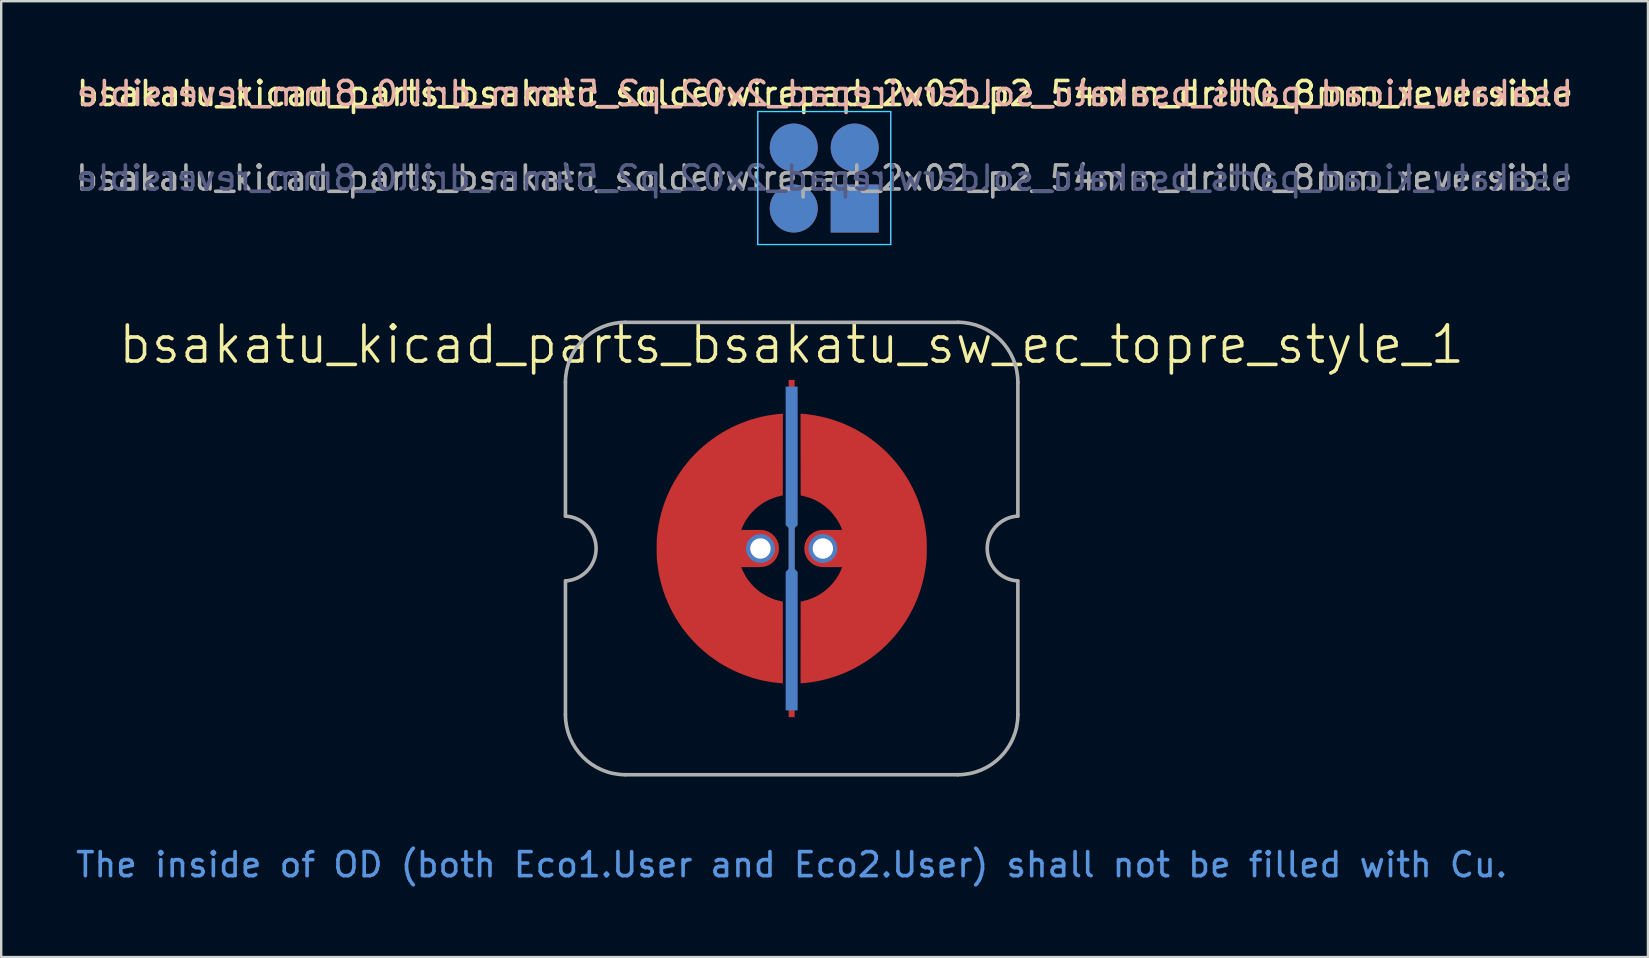
<source format=kicad_pcb>
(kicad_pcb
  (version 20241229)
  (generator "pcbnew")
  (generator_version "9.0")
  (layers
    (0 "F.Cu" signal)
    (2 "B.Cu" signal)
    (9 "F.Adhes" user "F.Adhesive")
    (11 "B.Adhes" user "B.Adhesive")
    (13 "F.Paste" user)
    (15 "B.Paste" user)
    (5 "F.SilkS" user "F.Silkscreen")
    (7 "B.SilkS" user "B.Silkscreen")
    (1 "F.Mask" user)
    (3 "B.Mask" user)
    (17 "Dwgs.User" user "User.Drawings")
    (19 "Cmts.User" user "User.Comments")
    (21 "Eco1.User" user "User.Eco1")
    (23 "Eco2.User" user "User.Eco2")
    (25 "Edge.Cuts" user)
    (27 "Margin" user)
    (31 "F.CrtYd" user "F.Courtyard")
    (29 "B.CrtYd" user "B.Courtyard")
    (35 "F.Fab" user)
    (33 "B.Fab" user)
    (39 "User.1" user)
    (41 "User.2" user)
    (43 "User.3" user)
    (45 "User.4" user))
  (footprint "bsakatu_kicad_parts_bsakatu_solderwirepad_2x02_p2_54mm_drill0_8mm_reversible"
    (layer "F.Cu")
    (at 30.022 3.098)
    (property "Reference" "bsakatu_kicad_parts_bsakatu_solderwirepad_2x02_p2_54mm_drill0_8mm_reversible" (at 1.3 -2.25 0) (layer "F.SilkS") (effects (font (size 1 1) (thickness 0.15))))
    (attr exclude_from_pos_files exclude_from_bom)
    (fp_line (start -1.5 -1.5) (end -1.5 4.04) (stroke (width 0.05) (type solid)) (layer "B.CrtYd"))
    (fp_line (start -1.5 -1.5) (end 4.04 -1.5) (stroke (width 0.05) (type solid)) (layer "B.CrtYd"))
    (fp_line (start 4.04 4.04) (end -1.5 4.04) (stroke (width 0.05) (type solid)) (layer "B.CrtYd"))
    (fp_line (start 4.04 4.04) (end 4.04 -1.5) (stroke (width 0.05) (type solid)) (layer "B.CrtYd"))
    (fp_line (start -1.5 -1.5) (end -1.5 4.04) (stroke (width 0.05) (type solid)) (layer "F.CrtYd"))
    (fp_line (start -1.5 -1.5) (end 4.04 -1.5) (stroke (width 0.05) (type solid)) (layer "F.CrtYd"))
    (fp_line (start 4.04 4.04) (end -1.5 4.04) (stroke (width 0.05) (type solid)) (layer "F.CrtYd"))
    (fp_line (start 4.04 4.04) (end 4.04 -1.5) (stroke (width 0.05) (type solid)) (layer "F.CrtYd"))
    (fp_text user "${REFERENCE}" (at 1.3 -2.25 0) (layer "B.SilkS") (effects (font (size 1 1) (thickness 0.15)) (justify mirror)))
    (fp_text user "${REFERENCE}" (at 1.27 1.27 0) (layer "B.Fab") (effects (font (size 1 1) (thickness 0.15)) (justify mirror)))
    (fp_text user "${REFERENCE}" (at 1.27 1.27 0) (layer "F.Fab") (effects (font (size 1 1) (thickness 0.15))))
    (pad "1" smd rect (at 2.54 2.54) (size 1.999 1.999) (layers "F.Cu" "F.Mask" "F.Paste"))
    (pad "1" smd rect (at 2.54 2.54 270) (size 1.999 1.999) (layers "B.Cu" "B.Mask" "B.Paste"))
    (pad "2" smd circle (at 0 0) (size 1.999 1.999) (layers "F.Cu" "F.Mask" "F.Paste"))
    (pad "2" smd circle (at 0 2.54 270) (size 1.999 1.999) (layers "B.Cu" "B.Mask" "B.Paste"))
    (pad "3" smd circle (at 0 0 270) (size 1.999 1.999) (layers "B.Cu" "B.Mask" "B.Paste"))
    (pad "3" smd circle (at 0 2.54) (size 1.999 1.999) (layers "F.Cu" "F.Mask" "F.Paste"))
    (pad "4" smd circle (at 2.54 0) (size 1.999 1.999) (layers "F.Cu" "F.Mask" "F.Paste"))
    (pad "4" smd circle (at 2.54 0 270) (size 1.999 1.999) (layers "B.Cu" "B.Mask" "B.Paste")))
  (footprint "bsakatu_kicad_parts_bsakatu_sw_ec_topre_style_1"
    (layer "F.Cu")
    (at 29.935 19.804)
    (property "Reference" "bsakatu_kicad_parts_bsakatu_sw_ec_topre_style_1" (at 0 -8.5 0) (layer "F.SilkS") (effects (font (size 1.5 1.5) (thickness 0.15))))
    (attr through_hole)
    (fp_circle (center 0 0) (end 7.725 0) (stroke (width 1.4) (type solid)) (fill no) (layer "Eco1.User"))
    (fp_circle (center 0 0) (end 6.5 0) (stroke (width 0.5) (type solid)) (fill no) (layer "Eco2.User"))
    (fp_line (start -9.425 -6.925) (end -9.425 -1.35) (stroke (width 0.15) (type solid)) (layer "F.Fab"))
    (fp_line (start -9.425 1.35) (end -9.425 6.925) (stroke (width 0.15) (type solid)) (layer "F.Fab"))
    (fp_line (start -6.925 -9.425) (end 6.925 -9.425) (stroke (width 0.15) (type solid)) (layer "F.Fab"))
    (fp_line (start -6.925 9.425) (end 6.925 9.425) (stroke (width 0.15) (type solid)) (layer "F.Fab"))
    (fp_line (start 9.425 -6.925) (end 9.425 -1.35) (stroke (width 0.15) (type solid)) (layer "F.Fab"))
    (fp_line (start 9.425 1.35) (end 9.425 6.925) (stroke (width 0.15) (type solid)) (layer "F.Fab"))
    (fp_arc (start -9.425 -6.925) (mid -8.692767 -8.692767) (end -6.925 -9.425) (stroke (width 0.15) (type solid)) (layer "F.Fab"))
    (fp_arc (start -9.42 -1.35) (mid -8.147634 -0.002565) (end -9.41488 1.349687) (stroke (width 0.15) (type solid)) (layer "F.Fab"))
    (fp_arc (start -6.925 9.425) (mid -8.692767 8.692767) (end -9.425 6.925) (stroke (width 0.15) (type solid)) (layer "F.Fab"))
    (fp_arc (start 6.925 -9.425) (mid 8.692767 -8.692767) (end 9.425 -6.925) (stroke (width 0.15) (type solid)) (layer "F.Fab"))
    (fp_arc (start 9.41488 1.349687) (mid 8.147634 -0.002565) (end 9.42 -1.35) (stroke (width 0.15) (type solid)) (layer "F.Fab"))
    (fp_arc (start 9.425 6.925) (mid 8.692767 8.692767) (end 6.925 9.425) (stroke (width 0.15) (type solid)) (layer "F.Fab"))
    (fp_text user "The inside of OD (both Eco1.User and Eco2.User) shall not be filled with Cu." (at 0 13.175 0) (layer "Cmts.User") (effects (font (size 1 1) (thickness 0.15))))
    (pad "1" smd custom (at -2.075 0) (size 1.55 1.55) (layers "F.Cu") (options (anchor rect)) (primitives (gr_circle (center 0.775 0) (end 1.55 0) (width 0) (fill yes)) (gr_poly (pts (xy 1.703 -3.913) (xy 1.702 -2.215) (xy 1.62 -2.198) (xy 1.471 -2.161) (xy 1.325 -2.115) (xy 1.183 -2.058) (xy 1.046 -1.993) (xy 0.914 -1.919) (xy 0.788 -1.836) (xy 0.667 -1.745) (xy 0.553 -1.647) (xy 0.445 -1.541) (xy 0.345 -1.428) (xy 0.253 -1.309) (xy 0.168 -1.183) (xy 0.093 -1.051) (xy 0.026 -0.914) (xy 0.014 -0.885) (xy -0.043 -0.737) (xy -0.09 -0.587) (xy -0.125 -0.436) (xy -0.151 -0.284) (xy -0.165 -0.131) (xy -0.169 0.022) (xy -0.162 0.175) (xy -0.145 0.328) (xy -0.117 0.479) (xy -0.078 0.629) (xy -0.029 0.778) (xy 0.016 0.891) (xy 0.082 1.028) (xy 0.156 1.161) (xy 0.24 1.289) (xy 0.333 1.412) (xy 0.433 1.528) (xy 0.541 1.636) (xy 0.656 1.737) (xy 0.778 1.83) (xy 0.792 1.84) (xy 0.924 1.926) (xy 1.061 2.001) (xy 1.201 2.067) (xy 1.346 2.123) (xy 1.495 2.168) (xy 1.62 2.198) (xy 1.702 2.215) (xy 1.703 3.913) (xy 1.705 5.612) (xy 1.673 5.611) (xy 1.657 5.61) (xy 1.633 5.609) (xy 1.603 5.606) (xy 1.57 5.603) (xy 1.541 5.601) (xy 1.33 5.576) (xy 1.116 5.543) (xy 0.901 5.502) (xy 0.689 5.452) (xy 0.482 5.396) (xy 0.376 5.363) (xy 0.142 5.283) (xy -0.086 5.194) (xy -0.31 5.095) (xy -0.527 4.988) (xy -0.739 4.871) (xy -0.945 4.747) (xy -1.144 4.614) (xy -1.338 4.473) (xy -1.524 4.324) (xy -1.704 4.168) (xy -1.877 4.005) (xy -2.042 3.834) (xy -2.2 3.657) (xy -2.351 3.474) (xy -2.493 3.284) (xy -2.628 3.088) (xy -2.754 2.887) (xy -2.872 2.679) (xy -2.981 2.467) (xy -3.082 2.25) (xy -3.173 2.028) (xy -3.255 1.801) (xy -3.327 1.57) (xy -3.39 1.335) (xy -3.443 1.097) (xy -3.485 0.855) (xy -3.504 0.725) (xy -3.512 0.661) (xy -3.519 0.604) (xy -3.525 0.551) (xy -3.53 0.501) (xy -3.534 0.453) (xy -3.537 0.405) (xy -3.54 0.355) (xy -3.542 0.303) (xy -3.543 0.247) (xy -3.544 0.184) (xy -3.544 0.115) (xy -3.545 0.037) (xy -3.545 -0.003) (xy -3.545 -0.084) (xy -3.544 -0.156) (xy -3.543 -0.22) (xy -3.542 -0.277) (xy -3.541 -0.33) (xy -3.539 -0.379) (xy -3.536 -0.426) (xy -3.532 -0.472) (xy -3.528 -0.519) (xy -3.523 -0.569) (xy -3.517 -0.622) (xy -3.509 -0.681) (xy -3.504 -0.725) (xy -3.467 -0.968) (xy -3.419 -1.208) (xy -3.362 -1.445) (xy -3.295 -1.678) (xy -3.218 -1.907) (xy -3.131 -2.132) (xy -3.035 -2.353) (xy -2.93 -2.568) (xy -2.817 -2.779) (xy -2.694 -2.984) (xy -2.563 -3.184) (xy -2.424 -3.378) (xy -2.277 -3.565) (xy -2.122 -3.747) (xy -1.959 -3.921) (xy -1.789 -4.089) (xy -1.611 -4.25) (xy -1.427 -4.403) (xy -1.235 -4.549) (xy -1.037 -4.687) (xy -0.832 -4.816) (xy -0.622 -4.938) (xy -0.405 -5.05) (xy -0.182 -5.153) (xy -0.088 -5.193) (xy 0.137 -5.281) (xy 0.367 -5.36) (xy 0.6 -5.429) (xy 0.835 -5.487) (xy 1.072 -5.536) (xy 1.31 -5.573) (xy 1.35 -5.579) (xy 1.395 -5.584) (xy 1.442 -5.59) (xy 1.49 -5.595) (xy 1.536 -5.6) (xy 1.579 -5.604) (xy 1.618 -5.607) (xy 1.651 -5.61) (xy 1.675 -5.611) (xy 1.686 -5.612) (xy 1.705 -5.612) (xy 1.703 -3.913)) (width 0.01) (fill yes))))
    (pad "1" thru_hole circle (at -1.3 0) (size 1.2 1.2) (drill 0.85) (layers "*.Cu" "*.Mask"))
    (pad "2" thru_hole circle (at 1.3 0) (size 1.2 1.2) (drill 0.85) (layers "*.Cu" "*.Mask"))
    (pad "2" smd custom (at 2.075 0) (size 1.55 1.55) (layers "F.Cu") (options (anchor rect)) (primitives (gr_circle (center -0.775 0) (end 0 0) (width 0) (fill yes)) (gr_poly (pts (xy -1.654 -5.611) (xy -1.618 -5.608) (xy -1.574 -5.605) (xy -1.524 -5.6) (xy -1.469 -5.594) (xy -1.411 -5.587) (xy -1.351 -5.579) (xy -1.29 -5.571) (xy -1.231 -5.562) (xy -1.174 -5.554) (xy -1.121 -5.545) (xy -1.094 -5.541) (xy -0.853 -5.492) (xy -0.615 -5.434) (xy -0.382 -5.367) (xy -0.153 -5.289) (xy 0.071 -5.203) (xy 0.29 -5.107) (xy 0.504 -5.002) (xy 0.713 -4.889) (xy 0.916 -4.768) (xy 1.114 -4.638) (xy 1.305 -4.501) (xy 1.491 -4.356) (xy 1.67 -4.203) (xy 1.842 -4.043) (xy 2.007 -3.877) (xy 2.166 -3.703) (xy 2.317 -3.523) (xy 2.46 -3.337) (xy 2.596 -3.145) (xy 2.723 -2.947) (xy 2.843 -2.743) (xy 2.954 -2.534) (xy 3.056 -2.32) (xy 3.15 -2.101) (xy 3.234 -1.877) (xy 3.309 -1.649) (xy 3.375 -1.417) (xy 3.431 -1.18) (xy 3.477 -0.94) (xy 3.509 -0.725) (xy 3.517 -0.662) (xy 3.524 -0.605) (xy 3.53 -0.553) (xy 3.535 -0.505) (xy 3.539 -0.458) (xy 3.542 -0.413) (xy 3.545 -0.366) (xy 3.547 -0.316) (xy 3.548 -0.263) (xy 3.549 -0.204) (xy 3.55 -0.139) (xy 3.55 -0.065) (xy 3.55 0) (xy 3.55 0.081) (xy 3.55 0.153) (xy 3.549 0.217) (xy 3.548 0.274) (xy 3.546 0.327) (xy 3.544 0.376) (xy 3.542 0.422) (xy 3.538 0.468) (xy 3.534 0.515) (xy 3.529 0.564) (xy 3.523 0.616) (xy 3.516 0.674) (xy 3.509 0.725) (xy 3.472 0.968) (xy 3.425 1.207) (xy 3.368 1.443) (xy 3.302 1.674) (xy 3.226 1.902) (xy 3.14 2.124) (xy 3.046 2.343) (xy 2.943 2.556) (xy 2.831 2.764) (xy 2.711 2.967) (xy 2.583 3.164) (xy 2.447 3.355) (xy 2.303 3.54) (xy 2.152 3.719) (xy 1.993 3.891) (xy 1.828 4.057) (xy 1.656 4.216) (xy 1.477 4.367) (xy 1.292 4.511) (xy 1.101 4.647) (xy 0.903 4.776) (xy 0.701 4.896) (xy 0.493 5.008) (xy 0.279 5.112) (xy 0.061 5.207) (xy -0.162 5.292) (xy -0.39 5.369) (xy -0.621 5.436) (xy -0.857 5.493) (xy -1.097 5.541) (xy -1.31 5.574) (xy -1.348 5.579) (xy -1.391 5.584) (xy -1.437 5.59) (xy -1.483 5.595) (xy -1.529 5.599) (xy -1.571 5.604) (xy -1.61 5.607) (xy -1.642 5.61) (xy -1.667 5.611) (xy -1.679 5.612) (xy -1.699 5.612) (xy -1.698 3.913) (xy -1.696 2.215) (xy -1.615 2.198) (xy -1.463 2.161) (xy -1.316 2.114) (xy -1.172 2.057) (xy -1.034 1.99) (xy -0.9 1.914) (xy -0.772 1.83) (xy -0.65 1.736) (xy -0.534 1.634) (xy -0.425 1.524) (xy -0.323 1.406) (xy -0.246 1.306) (xy -0.162 1.18) (xy -0.086 1.047) (xy -0.02 0.91) (xy 0.037 0.768) (xy 0.085 0.623) (xy 0.123 0.474) (xy 0.151 0.324) (xy 0.168 0.173) (xy 0.175 0.021) (xy 0.175 0) (xy 0.17 -0.154) (xy 0.154 -0.307) (xy 0.127 -0.458) (xy 0.091 -0.606) (xy 0.044 -0.752) (xy -0.013 -0.894) (xy -0.079 -1.032) (xy -0.154 -1.165) (xy -0.239 -1.294) (xy -0.332 -1.417) (xy -0.434 -1.534) (xy -0.489 -1.591) (xy -0.604 -1.697) (xy -0.725 -1.795) (xy -0.852 -1.884) (xy -0.984 -1.964) (xy -1.122 -2.034) (xy -1.264 -2.095) (xy -1.411 -2.145) (xy -1.562 -2.186) (xy -1.615 -2.198) (xy -1.696 -2.215) (xy -1.698 -3.913) (xy -1.699 -5.612) (xy -1.68 -5.612) (xy -1.654 -5.611)) (width 0.01) (fill yes))))
    (pad "3" smd custom (at 0 0) (size 0.25 13) (layers "B.Cu") (options (anchor rect)) (primitives (gr_poly (pts (xy -0.125 0.85) (xy -0.25 0.975) (xy -0.25 6.745) (xy 0.25 6.745) (xy 0.25 0.975) (xy 0.125 0.85) (xy 0.125 -0.85) (xy 0.25 -0.975) (xy 0.25 -6.745) (xy -0.25 -6.745) (xy -0.25 -0.975) (xy -0.125 -0.85)) (width 0) (fill yes))))
    (pad "3" smd rect (at 0 0) (size 0.25 14.05) (layers "F.Cu")))
  (gr_rect
    (start -3 -3)
    (end 65.613 36.827)
    (stroke (width 0.1) (type default))
    (fill no)
    (layer "Edge.Cuts")))
</source>
